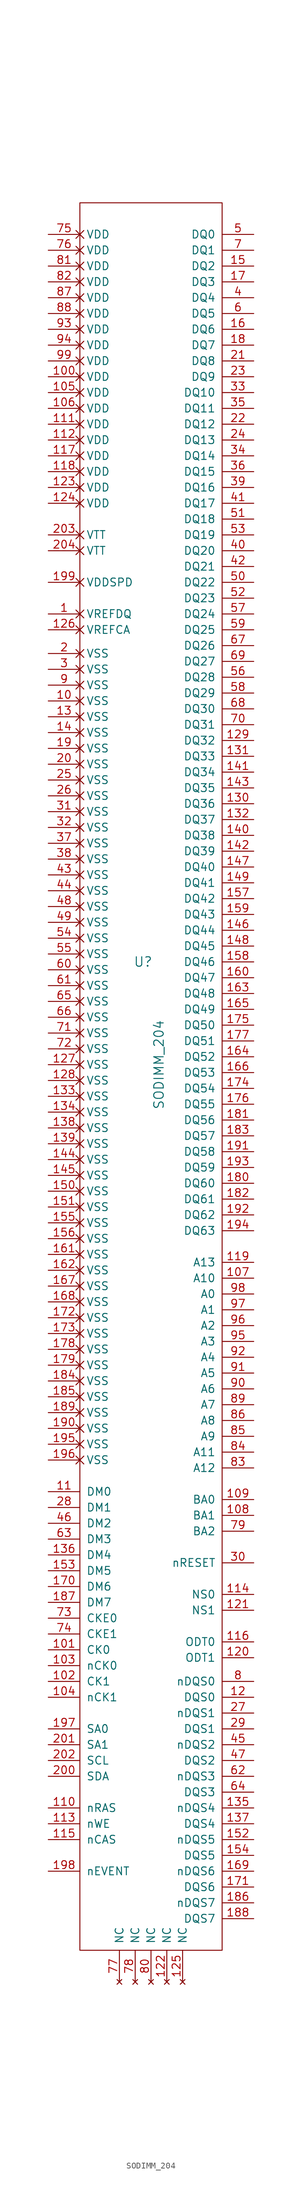
<source format=kicad_sym>
(kicad_symbol_lib
  (version 20220914)
  (generator kicad_symbol_editor)
  (symbol "SODIMM_204"
    (pin_names
      (offset 1.016))
    (property "Reference" "U"
      (at -1.27 8.89 0)
      (effects (font (size 1.524 1.524))))
    (property "Value" "SODIMM_204"
      (at 1.27 -7.62 90)
      (effects (font (size 1.524 1.524))))
    (property "Footprint" ""
      (at 7.62 110.49 0)
      (effects (font (size 1.524 1.524))))
    (property "Datasheet" ""
      (at 7.62 110.49 0)
      (effects (font (size 1.524 1.524))))
    (symbol "SODIMM_204_0_1"
      (rectangle (start -11.43 130.81) (end 11.43 -149.86) (stroke (width 0) (type default)) (fill (type none))))
    (symbol "SODIMM_204_1_1"
      (pin power_in non_logic (at -16.51 64.77 0) (length 5.08) (name "VREFDQ" (effects (font (size 1.27 1.27)))) (number "1" (effects (font (size 1.27 1.27)))))
      (pin power_in non_logic (at -16.51 50.8 0) (length 5.08) (name "VSS" (effects (font (size 1.27 1.27)))) (number "10" (effects (font (size 1.27 1.27)))))
      (pin power_in non_logic (at -16.51 102.87 0) (length 5.08) (name "VDD" (effects (font (size 1.27 1.27)))) (number "100" (effects (font (size 1.27 1.27)))))
      (pin input line (at -16.51 -101.6 0) (length 5.08) (name "CK0" (effects (font (size 1.27 1.27)))) (number "101" (effects (font (size 1.27 1.27)))))
      (pin input line (at -16.51 -106.68 0) (length 5.08) (name "CK1" (effects (font (size 1.27 1.27)))) (number "102" (effects (font (size 1.27 1.27)))))
      (pin input line (at -16.51 -104.14 0) (length 5.08) (name "nCK0" (effects (font (size 1.27 1.27)))) (number "103" (effects (font (size 1.27 1.27)))))
      (pin input line (at -16.51 -109.22 0) (length 5.08) (name "nCK1" (effects (font (size 1.27 1.27)))) (number "104" (effects (font (size 1.27 1.27)))))
      (pin power_in non_logic (at -16.51 100.33 0) (length 5.08) (name "VDD" (effects (font (size 1.27 1.27)))) (number "105" (effects (font (size 1.27 1.27)))))
      (pin power_in non_logic (at -16.51 97.79 0) (length 5.08) (name "VDD" (effects (font (size 1.27 1.27)))) (number "106" (effects (font (size 1.27 1.27)))))
      (pin input line (at 16.51 -41.91 180) (length 5.08) (name "A10" (effects (font (size 1.27 1.27)))) (number "107" (effects (font (size 1.27 1.27)))))
      (pin input line (at 16.51 -80.01 180) (length 5.08) (name "BA1" (effects (font (size 1.27 1.27)))) (number "108" (effects (font (size 1.27 1.27)))))
      (pin input line (at 16.51 -77.47 180) (length 5.08) (name "BA0" (effects (font (size 1.27 1.27)))) (number "109" (effects (font (size 1.27 1.27)))))
      (pin input line (at -16.51 -76.2 0) (length 5.08) (name "DM0" (effects (font (size 1.27 1.27)))) (number "11" (effects (font (size 1.27 1.27)))))
      (pin input line (at -16.51 -127 0) (length 5.08) (name "nRAS" (effects (font (size 1.27 1.27)))) (number "110" (effects (font (size 1.27 1.27)))))
      (pin power_in non_logic (at -16.51 95.25 0) (length 5.08) (name "VDD" (effects (font (size 1.27 1.27)))) (number "111" (effects (font (size 1.27 1.27)))))
      (pin power_in non_logic (at -16.51 92.71 0) (length 5.08) (name "VDD" (effects (font (size 1.27 1.27)))) (number "112" (effects (font (size 1.27 1.27)))))
      (pin input line (at -16.51 -129.54 0) (length 5.08) (name "nWE" (effects (font (size 1.27 1.27)))) (number "113" (effects (font (size 1.27 1.27)))))
      (pin input line (at 16.51 -92.71 180) (length 5.08) (name "NS0" (effects (font (size 1.27 1.27)))) (number "114" (effects (font (size 1.27 1.27)))))
      (pin input line (at -16.51 -132.08 0) (length 5.08) (name "nCAS" (effects (font (size 1.27 1.27)))) (number "115" (effects (font (size 1.27 1.27)))))
      (pin input line (at 16.51 -100.33 180) (length 5.08) (name "ODT0" (effects (font (size 1.27 1.27)))) (number "116" (effects (font (size 1.27 1.27)))))
      (pin power_in non_logic (at -16.51 90.17 0) (length 5.08) (name "VDD" (effects (font (size 1.27 1.27)))) (number "117" (effects (font (size 1.27 1.27)))))
      (pin power_in non_logic (at -16.51 87.63 0) (length 5.08) (name "VDD" (effects (font (size 1.27 1.27)))) (number "118" (effects (font (size 1.27 1.27)))))
      (pin input line (at 16.51 -39.37 180) (length 5.08) (name "A13" (effects (font (size 1.27 1.27)))) (number "119" (effects (font (size 1.27 1.27)))))
      (pin input line (at 16.51 -109.22 180) (length 5.08) (name "DQS0" (effects (font (size 1.27 1.27)))) (number "12" (effects (font (size 1.27 1.27)))))
      (pin input line (at 16.51 -102.87 180) (length 5.08) (name "ODT1" (effects (font (size 1.27 1.27)))) (number "120" (effects (font (size 1.27 1.27)))))
      (pin input line (at 16.51 -95.25 180) (length 5.08) (name "NS1" (effects (font (size 1.27 1.27)))) (number "121" (effects (font (size 1.27 1.27)))))
      (pin no_connect line (at 2.54 -154.94 90) (length 5.08) (name "NC" (effects (font (size 1.27 1.27)))) (number "122" (effects (font (size 1.27 1.27)))))
      (pin power_in non_logic (at -16.51 85.09 0) (length 5.08) (name "VDD" (effects (font (size 1.27 1.27)))) (number "123" (effects (font (size 1.27 1.27)))))
      (pin power_in non_logic (at -16.51 82.55 0) (length 5.08) (name "VDD" (effects (font (size 1.27 1.27)))) (number "124" (effects (font (size 1.27 1.27)))))
      (pin no_connect line (at 5.08 -154.94 90) (length 5.08) (name "NC" (effects (font (size 1.27 1.27)))) (number "125" (effects (font (size 1.27 1.27)))))
      (pin power_in non_logic (at -16.51 62.23 0) (length 5.08) (name "VREFCA" (effects (font (size 1.27 1.27)))) (number "126" (effects (font (size 1.27 1.27)))))
      (pin power_in non_logic (at -16.51 -7.62 0) (length 5.08) (name "VSS" (effects (font (size 1.27 1.27)))) (number "127" (effects (font (size 1.27 1.27)))))
      (pin power_in non_logic (at -16.51 -10.16 0) (length 5.08) (name "VSS" (effects (font (size 1.27 1.27)))) (number "128" (effects (font (size 1.27 1.27)))))
      (pin input line (at 16.51 44.45 180) (length 5.08) (name "DQ32" (effects (font (size 1.27 1.27)))) (number "129" (effects (font (size 1.27 1.27)))))
      (pin power_in non_logic (at -16.51 48.26 0) (length 5.08) (name "VSS" (effects (font (size 1.27 1.27)))) (number "13" (effects (font (size 1.27 1.27)))))
      (pin input line (at 16.51 34.29 180) (length 5.08) (name "DQ36" (effects (font (size 1.27 1.27)))) (number "130" (effects (font (size 1.27 1.27)))))
      (pin input line (at 16.51 41.91 180) (length 5.08) (name "DQ33" (effects (font (size 1.27 1.27)))) (number "131" (effects (font (size 1.27 1.27)))))
      (pin input line (at 16.51 31.75 180) (length 5.08) (name "DQ37" (effects (font (size 1.27 1.27)))) (number "132" (effects (font (size 1.27 1.27)))))
      (pin power_in non_logic (at -16.51 -12.7 0) (length 5.08) (name "VSS" (effects (font (size 1.27 1.27)))) (number "133" (effects (font (size 1.27 1.27)))))
      (pin power_in non_logic (at -16.51 -15.24 0) (length 5.08) (name "VSS" (effects (font (size 1.27 1.27)))) (number "134" (effects (font (size 1.27 1.27)))))
      (pin input line (at 16.51 -127 180) (length 5.08) (name "nDQS4" (effects (font (size 1.27 1.27)))) (number "135" (effects (font (size 1.27 1.27)))))
      (pin input line (at -16.51 -86.36 0) (length 5.08) (name "DM4" (effects (font (size 1.27 1.27)))) (number "136" (effects (font (size 1.27 1.27)))))
      (pin input line (at 16.51 -129.54 180) (length 5.08) (name "DQS4" (effects (font (size 1.27 1.27)))) (number "137" (effects (font (size 1.27 1.27)))))
      (pin power_in non_logic (at -16.51 -17.78 0) (length 5.08) (name "VSS" (effects (font (size 1.27 1.27)))) (number "138" (effects (font (size 1.27 1.27)))))
      (pin power_in non_logic (at -16.51 -20.32 0) (length 5.08) (name "VSS" (effects (font (size 1.27 1.27)))) (number "139" (effects (font (size 1.27 1.27)))))
      (pin power_in non_logic (at -16.51 45.72 0) (length 5.08) (name "VSS" (effects (font (size 1.27 1.27)))) (number "14" (effects (font (size 1.27 1.27)))))
      (pin input line (at 16.51 29.21 180) (length 5.08) (name "DQ38" (effects (font (size 1.27 1.27)))) (number "140" (effects (font (size 1.27 1.27)))))
      (pin input line (at 16.51 39.37 180) (length 5.08) (name "DQ34" (effects (font (size 1.27 1.27)))) (number "141" (effects (font (size 1.27 1.27)))))
      (pin input line (at 16.51 26.67 180) (length 5.08) (name "DQ39" (effects (font (size 1.27 1.27)))) (number "142" (effects (font (size 1.27 1.27)))))
      (pin input line (at 16.51 36.83 180) (length 5.08) (name "DQ35" (effects (font (size 1.27 1.27)))) (number "143" (effects (font (size 1.27 1.27)))))
      (pin power_in non_logic (at -16.51 -22.86 0) (length 5.08) (name "VSS" (effects (font (size 1.27 1.27)))) (number "144" (effects (font (size 1.27 1.27)))))
      (pin power_in non_logic (at -16.51 -25.4 0) (length 5.08) (name "VSS" (effects (font (size 1.27 1.27)))) (number "145" (effects (font (size 1.27 1.27)))))
      (pin input line (at 16.51 13.97 180) (length 5.08) (name "DQ44" (effects (font (size 1.27 1.27)))) (number "146" (effects (font (size 1.27 1.27)))))
      (pin input line (at 16.51 24.13 180) (length 5.08) (name "DQ40" (effects (font (size 1.27 1.27)))) (number "147" (effects (font (size 1.27 1.27)))))
      (pin input line (at 16.51 11.43 180) (length 5.08) (name "DQ45" (effects (font (size 1.27 1.27)))) (number "148" (effects (font (size 1.27 1.27)))))
      (pin input line (at 16.51 21.59 180) (length 5.08) (name "DQ41" (effects (font (size 1.27 1.27)))) (number "149" (effects (font (size 1.27 1.27)))))
      (pin input line (at 16.51 120.65 180) (length 5.08) (name "DQ2" (effects (font (size 1.27 1.27)))) (number "15" (effects (font (size 1.27 1.27)))))
      (pin power_in non_logic (at -16.51 -27.94 0) (length 5.08) (name "VSS" (effects (font (size 1.27 1.27)))) (number "150" (effects (font (size 1.27 1.27)))))
      (pin power_in non_logic (at -16.51 -30.48 0) (length 5.08) (name "VSS" (effects (font (size 1.27 1.27)))) (number "151" (effects (font (size 1.27 1.27)))))
      (pin input line (at 16.51 -132.08 180) (length 5.08) (name "nDQS5" (effects (font (size 1.27 1.27)))) (number "152" (effects (font (size 1.27 1.27)))))
      (pin input line (at -16.51 -88.9 0) (length 5.08) (name "DM5" (effects (font (size 1.27 1.27)))) (number "153" (effects (font (size 1.27 1.27)))))
      (pin input line (at 16.51 -134.62 180) (length 5.08) (name "DQS5" (effects (font (size 1.27 1.27)))) (number "154" (effects (font (size 1.27 1.27)))))
      (pin power_in non_logic (at -16.51 -33.02 0) (length 5.08) (name "VSS" (effects (font (size 1.27 1.27)))) (number "155" (effects (font (size 1.27 1.27)))))
      (pin power_in non_logic (at -16.51 -35.56 0) (length 5.08) (name "VSS" (effects (font (size 1.27 1.27)))) (number "156" (effects (font (size 1.27 1.27)))))
      (pin input line (at 16.51 19.05 180) (length 5.08) (name "DQ42" (effects (font (size 1.27 1.27)))) (number "157" (effects (font (size 1.27 1.27)))))
      (pin input line (at 16.51 8.89 180) (length 5.08) (name "DQ46" (effects (font (size 1.27 1.27)))) (number "158" (effects (font (size 1.27 1.27)))))
      (pin input line (at 16.51 16.51 180) (length 5.08) (name "DQ43" (effects (font (size 1.27 1.27)))) (number "159" (effects (font (size 1.27 1.27)))))
      (pin input line (at 16.51 110.49 180) (length 5.08) (name "DQ6" (effects (font (size 1.27 1.27)))) (number "16" (effects (font (size 1.27 1.27)))))
      (pin input line (at 16.51 6.35 180) (length 5.08) (name "DQ47" (effects (font (size 1.27 1.27)))) (number "160" (effects (font (size 1.27 1.27)))))
      (pin power_in non_logic (at -16.51 -38.1 0) (length 5.08) (name "VSS" (effects (font (size 1.27 1.27)))) (number "161" (effects (font (size 1.27 1.27)))))
      (pin power_in non_logic (at -16.51 -40.64 0) (length 5.08) (name "VSS" (effects (font (size 1.27 1.27)))) (number "162" (effects (font (size 1.27 1.27)))))
      (pin input line (at 16.51 3.81 180) (length 5.08) (name "DQ48" (effects (font (size 1.27 1.27)))) (number "163" (effects (font (size 1.27 1.27)))))
      (pin input line (at 16.51 -6.35 180) (length 5.08) (name "DQ52" (effects (font (size 1.27 1.27)))) (number "164" (effects (font (size 1.27 1.27)))))
      (pin input line (at 16.51 1.27 180) (length 5.08) (name "DQ49" (effects (font (size 1.27 1.27)))) (number "165" (effects (font (size 1.27 1.27)))))
      (pin input line (at 16.51 -8.89 180) (length 5.08) (name "DQ53" (effects (font (size 1.27 1.27)))) (number "166" (effects (font (size 1.27 1.27)))))
      (pin power_in non_logic (at -16.51 -43.18 0) (length 5.08) (name "VSS" (effects (font (size 1.27 1.27)))) (number "167" (effects (font (size 1.27 1.27)))))
      (pin power_in non_logic (at -16.51 -45.72 0) (length 5.08) (name "VSS" (effects (font (size 1.27 1.27)))) (number "168" (effects (font (size 1.27 1.27)))))
      (pin input line (at 16.51 -137.16 180) (length 5.08) (name "nDQS6" (effects (font (size 1.27 1.27)))) (number "169" (effects (font (size 1.27 1.27)))))
      (pin input line (at 16.51 118.11 180) (length 5.08) (name "DQ3" (effects (font (size 1.27 1.27)))) (number "17" (effects (font (size 1.27 1.27)))))
      (pin input line (at -16.51 -91.44 0) (length 5.08) (name "DM6" (effects (font (size 1.27 1.27)))) (number "170" (effects (font (size 1.27 1.27)))))
      (pin input line (at 16.51 -139.7 180) (length 5.08) (name "DQS6" (effects (font (size 1.27 1.27)))) (number "171" (effects (font (size 1.27 1.27)))))
      (pin power_in non_logic (at -16.51 -48.26 0) (length 5.08) (name "VSS" (effects (font (size 1.27 1.27)))) (number "172" (effects (font (size 1.27 1.27)))))
      (pin power_in non_logic (at -16.51 -50.8 0) (length 5.08) (name "VSS" (effects (font (size 1.27 1.27)))) (number "173" (effects (font (size 1.27 1.27)))))
      (pin input line (at 16.51 -11.43 180) (length 5.08) (name "DQ54" (effects (font (size 1.27 1.27)))) (number "174" (effects (font (size 1.27 1.27)))))
      (pin input line (at 16.51 -1.27 180) (length 5.08) (name "DQ50" (effects (font (size 1.27 1.27)))) (number "175" (effects (font (size 1.27 1.27)))))
      (pin input line (at 16.51 -13.97 180) (length 5.08) (name "DQ55" (effects (font (size 1.27 1.27)))) (number "176" (effects (font (size 1.27 1.27)))))
      (pin input line (at 16.51 -3.81 180) (length 5.08) (name "DQ51" (effects (font (size 1.27 1.27)))) (number "177" (effects (font (size 1.27 1.27)))))
      (pin power_in non_logic (at -16.51 -53.34 0) (length 5.08) (name "VSS" (effects (font (size 1.27 1.27)))) (number "178" (effects (font (size 1.27 1.27)))))
      (pin power_in non_logic (at -16.51 -55.88 0) (length 5.08) (name "VSS" (effects (font (size 1.27 1.27)))) (number "179" (effects (font (size 1.27 1.27)))))
      (pin input line (at 16.51 107.95 180) (length 5.08) (name "DQ7" (effects (font (size 1.27 1.27)))) (number "18" (effects (font (size 1.27 1.27)))))
      (pin input line (at 16.51 -26.67 180) (length 5.08) (name "DQ60" (effects (font (size 1.27 1.27)))) (number "180" (effects (font (size 1.27 1.27)))))
      (pin input line (at 16.51 -16.51 180) (length 5.08) (name "DQ56" (effects (font (size 1.27 1.27)))) (number "181" (effects (font (size 1.27 1.27)))))
      (pin input line (at 16.51 -29.21 180) (length 5.08) (name "DQ61" (effects (font (size 1.27 1.27)))) (number "182" (effects (font (size 1.27 1.27)))))
      (pin input line (at 16.51 -19.05 180) (length 5.08) (name "DQ57" (effects (font (size 1.27 1.27)))) (number "183" (effects (font (size 1.27 1.27)))))
      (pin power_in non_logic (at -16.51 -58.42 0) (length 5.08) (name "VSS" (effects (font (size 1.27 1.27)))) (number "184" (effects (font (size 1.27 1.27)))))
      (pin power_in non_logic (at -16.51 -60.96 0) (length 5.08) (name "VSS" (effects (font (size 1.27 1.27)))) (number "185" (effects (font (size 1.27 1.27)))))
      (pin input line (at 16.51 -142.24 180) (length 5.08) (name "nDQS7" (effects (font (size 1.27 1.27)))) (number "186" (effects (font (size 1.27 1.27)))))
      (pin input line (at -16.51 -93.98 0) (length 5.08) (name "DM7" (effects (font (size 1.27 1.27)))) (number "187" (effects (font (size 1.27 1.27)))))
      (pin input line (at 16.51 -144.78 180) (length 5.08) (name "DQS7" (effects (font (size 1.27 1.27)))) (number "188" (effects (font (size 1.27 1.27)))))
      (pin power_in non_logic (at -16.51 -63.5 0) (length 5.08) (name "VSS" (effects (font (size 1.27 1.27)))) (number "189" (effects (font (size 1.27 1.27)))))
      (pin power_in non_logic (at -16.51 43.18 0) (length 5.08) (name "VSS" (effects (font (size 1.27 1.27)))) (number "19" (effects (font (size 1.27 1.27)))))
      (pin power_in non_logic (at -16.51 -66.04 0) (length 5.08) (name "VSS" (effects (font (size 1.27 1.27)))) (number "190" (effects (font (size 1.27 1.27)))))
      (pin input line (at 16.51 -21.59 180) (length 5.08) (name "DQ58" (effects (font (size 1.27 1.27)))) (number "191" (effects (font (size 1.27 1.27)))))
      (pin input line (at 16.51 -31.75 180) (length 5.08) (name "DQ62" (effects (font (size 1.27 1.27)))) (number "192" (effects (font (size 1.27 1.27)))))
      (pin input line (at 16.51 -24.13 180) (length 5.08) (name "DQ59" (effects (font (size 1.27 1.27)))) (number "193" (effects (font (size 1.27 1.27)))))
      (pin input line (at 16.51 -34.29 180) (length 5.08) (name "DQ63" (effects (font (size 1.27 1.27)))) (number "194" (effects (font (size 1.27 1.27)))))
      (pin power_in non_logic (at -16.51 -68.58 0) (length 5.08) (name "VSS" (effects (font (size 1.27 1.27)))) (number "195" (effects (font (size 1.27 1.27)))))
      (pin power_in non_logic (at -16.51 -71.12 0) (length 5.08) (name "VSS" (effects (font (size 1.27 1.27)))) (number "196" (effects (font (size 1.27 1.27)))))
      (pin input line (at -16.51 -114.3 0) (length 5.08) (name "SA0" (effects (font (size 1.27 1.27)))) (number "197" (effects (font (size 1.27 1.27)))))
      (pin input line (at -16.51 -137.16 0) (length 5.08) (name "nEVENT" (effects (font (size 1.27 1.27)))) (number "198" (effects (font (size 1.27 1.27)))))
      (pin power_in non_logic (at -16.51 69.85 0) (length 5.08) (name "VDDSPD" (effects (font (size 1.27 1.27)))) (number "199" (effects (font (size 1.27 1.27)))))
      (pin power_in non_logic (at -16.51 58.42 0) (length 5.08) (name "VSS" (effects (font (size 1.27 1.27)))) (number "2" (effects (font (size 1.27 1.27)))))
      (pin power_in non_logic (at -16.51 40.64 0) (length 5.08) (name "VSS" (effects (font (size 1.27 1.27)))) (number "20" (effects (font (size 1.27 1.27)))))
      (pin input line (at -16.51 -121.92 0) (length 5.08) (name "SDA" (effects (font (size 1.27 1.27)))) (number "200" (effects (font (size 1.27 1.27)))))
      (pin input line (at -16.51 -116.84 0) (length 5.08) (name "SA1" (effects (font (size 1.27 1.27)))) (number "201" (effects (font (size 1.27 1.27)))))
      (pin input line (at -16.51 -119.38 0) (length 5.08) (name "SCL" (effects (font (size 1.27 1.27)))) (number "202" (effects (font (size 1.27 1.27)))))
      (pin power_in non_logic (at -16.51 77.47 0) (length 5.08) (name "VTT" (effects (font (size 1.27 1.27)))) (number "203" (effects (font (size 1.27 1.27)))))
      (pin power_in non_logic (at -16.51 74.93 0) (length 5.08) (name "VTT" (effects (font (size 1.27 1.27)))) (number "204" (effects (font (size 1.27 1.27)))))
      (pin input line (at 16.51 105.41 180) (length 5.08) (name "DQ8" (effects (font (size 1.27 1.27)))) (number "21" (effects (font (size 1.27 1.27)))))
      (pin input line (at 16.51 95.25 180) (length 5.08) (name "DQ12" (effects (font (size 1.27 1.27)))) (number "22" (effects (font (size 1.27 1.27)))))
      (pin input line (at 16.51 102.87 180) (length 5.08) (name "DQ9" (effects (font (size 1.27 1.27)))) (number "23" (effects (font (size 1.27 1.27)))))
      (pin input line (at 16.51 92.71 180) (length 5.08) (name "DQ13" (effects (font (size 1.27 1.27)))) (number "24" (effects (font (size 1.27 1.27)))))
      (pin power_in non_logic (at -16.51 38.1 0) (length 5.08) (name "VSS" (effects (font (size 1.27 1.27)))) (number "25" (effects (font (size 1.27 1.27)))))
      (pin power_in non_logic (at -16.51 35.56 0) (length 5.08) (name "VSS" (effects (font (size 1.27 1.27)))) (number "26" (effects (font (size 1.27 1.27)))))
      (pin input line (at 16.51 -111.76 180) (length 5.08) (name "nDQS1" (effects (font (size 1.27 1.27)))) (number "27" (effects (font (size 1.27 1.27)))))
      (pin input line (at -16.51 -78.74 0) (length 5.08) (name "DM1" (effects (font (size 1.27 1.27)))) (number "28" (effects (font (size 1.27 1.27)))))
      (pin input line (at 16.51 -114.3 180) (length 5.08) (name "DQS1" (effects (font (size 1.27 1.27)))) (number "29" (effects (font (size 1.27 1.27)))))
      (pin power_in non_logic (at -16.51 55.88 0) (length 5.08) (name "VSS" (effects (font (size 1.27 1.27)))) (number "3" (effects (font (size 1.27 1.27)))))
      (pin input line (at 16.51 -87.63 180) (length 5.08) (name "nRESET" (effects (font (size 1.27 1.27)))) (number "30" (effects (font (size 1.27 1.27)))))
      (pin power_in non_logic (at -16.51 33.02 0) (length 5.08) (name "VSS" (effects (font (size 1.27 1.27)))) (number "31" (effects (font (size 1.27 1.27)))))
      (pin power_in non_logic (at -16.51 30.48 0) (length 5.08) (name "VSS" (effects (font (size 1.27 1.27)))) (number "32" (effects (font (size 1.27 1.27)))))
      (pin input line (at 16.51 100.33 180) (length 5.08) (name "DQ10" (effects (font (size 1.27 1.27)))) (number "33" (effects (font (size 1.27 1.27)))))
      (pin input line (at 16.51 90.17 180) (length 5.08) (name "DQ14" (effects (font (size 1.27 1.27)))) (number "34" (effects (font (size 1.27 1.27)))))
      (pin input line (at 16.51 97.79 180) (length 5.08) (name "DQ11" (effects (font (size 1.27 1.27)))) (number "35" (effects (font (size 1.27 1.27)))))
      (pin input line (at 16.51 87.63 180) (length 5.08) (name "DQ15" (effects (font (size 1.27 1.27)))) (number "36" (effects (font (size 1.27 1.27)))))
      (pin power_in non_logic (at -16.51 27.94 0) (length 5.08) (name "VSS" (effects (font (size 1.27 1.27)))) (number "37" (effects (font (size 1.27 1.27)))))
      (pin power_in non_logic (at -16.51 25.4 0) (length 5.08) (name "VSS" (effects (font (size 1.27 1.27)))) (number "38" (effects (font (size 1.27 1.27)))))
      (pin input line (at 16.51 85.09 180) (length 5.08) (name "DQ16" (effects (font (size 1.27 1.27)))) (number "39" (effects (font (size 1.27 1.27)))))
      (pin input line (at 16.51 115.57 180) (length 5.08) (name "DQ4" (effects (font (size 1.27 1.27)))) (number "4" (effects (font (size 1.27 1.27)))))
      (pin input line (at 16.51 74.93 180) (length 5.08) (name "DQ20" (effects (font (size 1.27 1.27)))) (number "40" (effects (font (size 1.27 1.27)))))
      (pin input line (at 16.51 82.55 180) (length 5.08) (name "DQ17" (effects (font (size 1.27 1.27)))) (number "41" (effects (font (size 1.27 1.27)))))
      (pin input line (at 16.51 72.39 180) (length 5.08) (name "DQ21" (effects (font (size 1.27 1.27)))) (number "42" (effects (font (size 1.27 1.27)))))
      (pin power_in non_logic (at -16.51 22.86 0) (length 5.08) (name "VSS" (effects (font (size 1.27 1.27)))) (number "43" (effects (font (size 1.27 1.27)))))
      (pin power_in non_logic (at -16.51 20.32 0) (length 5.08) (name "VSS" (effects (font (size 1.27 1.27)))) (number "44" (effects (font (size 1.27 1.27)))))
      (pin input line (at 16.51 -116.84 180) (length 5.08) (name "nDQS2" (effects (font (size 1.27 1.27)))) (number "45" (effects (font (size 1.27 1.27)))))
      (pin input line (at -16.51 -81.28 0) (length 5.08) (name "DM2" (effects (font (size 1.27 1.27)))) (number "46" (effects (font (size 1.27 1.27)))))
      (pin input line (at 16.51 -119.38 180) (length 5.08) (name "DQS2" (effects (font (size 1.27 1.27)))) (number "47" (effects (font (size 1.27 1.27)))))
      (pin power_in non_logic (at -16.51 17.78 0) (length 5.08) (name "VSS" (effects (font (size 1.27 1.27)))) (number "48" (effects (font (size 1.27 1.27)))))
      (pin power_in non_logic (at -16.51 15.24 0) (length 5.08) (name "VSS" (effects (font (size 1.27 1.27)))) (number "49" (effects (font (size 1.27 1.27)))))
      (pin input line (at 16.51 125.73 180) (length 5.08) (name "DQ0" (effects (font (size 1.27 1.27)))) (number "5" (effects (font (size 1.27 1.27)))))
      (pin input line (at 16.51 69.85 180) (length 5.08) (name "DQ22" (effects (font (size 1.27 1.27)))) (number "50" (effects (font (size 1.27 1.27)))))
      (pin input line (at 16.51 80.01 180) (length 5.08) (name "DQ18" (effects (font (size 1.27 1.27)))) (number "51" (effects (font (size 1.27 1.27)))))
      (pin input line (at 16.51 67.31 180) (length 5.08) (name "DQ23" (effects (font (size 1.27 1.27)))) (number "52" (effects (font (size 1.27 1.27)))))
      (pin input line (at 16.51 77.47 180) (length 5.08) (name "DQ19" (effects (font (size 1.27 1.27)))) (number "53" (effects (font (size 1.27 1.27)))))
      (pin power_in non_logic (at -16.51 12.7 0) (length 5.08) (name "VSS" (effects (font (size 1.27 1.27)))) (number "54" (effects (font (size 1.27 1.27)))))
      (pin power_in non_logic (at -16.51 10.16 0) (length 5.08) (name "VSS" (effects (font (size 1.27 1.27)))) (number "55" (effects (font (size 1.27 1.27)))))
      (pin input line (at 16.51 54.61 180) (length 5.08) (name "DQ28" (effects (font (size 1.27 1.27)))) (number "56" (effects (font (size 1.27 1.27)))))
      (pin input line (at 16.51 64.77 180) (length 5.08) (name "DQ24" (effects (font (size 1.27 1.27)))) (number "57" (effects (font (size 1.27 1.27)))))
      (pin input line (at 16.51 52.07 180) (length 5.08) (name "DQ29" (effects (font (size 1.27 1.27)))) (number "58" (effects (font (size 1.27 1.27)))))
      (pin input line (at 16.51 62.23 180) (length 5.08) (name "DQ25" (effects (font (size 1.27 1.27)))) (number "59" (effects (font (size 1.27 1.27)))))
      (pin input line (at 16.51 113.03 180) (length 5.08) (name "DQ5" (effects (font (size 1.27 1.27)))) (number "6" (effects (font (size 1.27 1.27)))))
      (pin power_in non_logic (at -16.51 7.62 0) (length 5.08) (name "VSS" (effects (font (size 1.27 1.27)))) (number "60" (effects (font (size 1.27 1.27)))))
      (pin power_in non_logic (at -16.51 5.08 0) (length 5.08) (name "VSS" (effects (font (size 1.27 1.27)))) (number "61" (effects (font (size 1.27 1.27)))))
      (pin input line (at 16.51 -121.92 180) (length 5.08) (name "nDQS3" (effects (font (size 1.27 1.27)))) (number "62" (effects (font (size 1.27 1.27)))))
      (pin input line (at -16.51 -83.82 0) (length 5.08) (name "DM3" (effects (font (size 1.27 1.27)))) (number "63" (effects (font (size 1.27 1.27)))))
      (pin input line (at 16.51 -124.46 180) (length 5.08) (name "DQS3" (effects (font (size 1.27 1.27)))) (number "64" (effects (font (size 1.27 1.27)))))
      (pin power_in non_logic (at -16.51 2.54 0) (length 5.08) (name "VSS" (effects (font (size 1.27 1.27)))) (number "65" (effects (font (size 1.27 1.27)))))
      (pin power_in non_logic (at -16.51 0 0) (length 5.08) (name "VSS" (effects (font (size 1.27 1.27)))) (number "66" (effects (font (size 1.27 1.27)))))
      (pin input line (at 16.51 59.69 180) (length 5.08) (name "DQ26" (effects (font (size 1.27 1.27)))) (number "67" (effects (font (size 1.27 1.27)))))
      (pin input line (at 16.51 49.53 180) (length 5.08) (name "DQ30" (effects (font (size 1.27 1.27)))) (number "68" (effects (font (size 1.27 1.27)))))
      (pin input line (at 16.51 57.15 180) (length 5.08) (name "DQ27" (effects (font (size 1.27 1.27)))) (number "69" (effects (font (size 1.27 1.27)))))
      (pin input line (at 16.51 123.19 180) (length 5.08) (name "DQ1" (effects (font (size 1.27 1.27)))) (number "7" (effects (font (size 1.27 1.27)))))
      (pin input line (at 16.51 46.99 180) (length 5.08) (name "DQ31" (effects (font (size 1.27 1.27)))) (number "70" (effects (font (size 1.27 1.27)))))
      (pin power_in non_logic (at -16.51 -2.54 0) (length 5.08) (name "VSS" (effects (font (size 1.27 1.27)))) (number "71" (effects (font (size 1.27 1.27)))))
      (pin power_in non_logic (at -16.51 -5.08 0) (length 5.08) (name "VSS" (effects (font (size 1.27 1.27)))) (number "72" (effects (font (size 1.27 1.27)))))
      (pin input line (at -16.51 -96.52 0) (length 5.08) (name "CKE0" (effects (font (size 1.27 1.27)))) (number "73" (effects (font (size 1.27 1.27)))))
      (pin input line (at -16.51 -99.06 0) (length 5.08) (name "CKE1" (effects (font (size 1.27 1.27)))) (number "74" (effects (font (size 1.27 1.27)))))
      (pin power_in non_logic (at -16.51 125.73 0) (length 5.08) (name "VDD" (effects (font (size 1.27 1.27)))) (number "75" (effects (font (size 1.27 1.27)))))
      (pin power_in non_logic (at -16.51 123.19 0) (length 5.08) (name "VDD" (effects (font (size 1.27 1.27)))) (number "76" (effects (font (size 1.27 1.27)))))
      (pin no_connect line (at -5.08 -154.94 90) (length 5.08) (name "NC" (effects (font (size 1.27 1.27)))) (number "77" (effects (font (size 1.27 1.27)))))
      (pin no_connect line (at -2.54 -154.94 90) (length 5.08) (name "NC" (effects (font (size 1.27 1.27)))) (number "78" (effects (font (size 1.27 1.27)))))
      (pin input line (at 16.51 -82.55 180) (length 5.08) (name "BA2" (effects (font (size 1.27 1.27)))) (number "79" (effects (font (size 1.27 1.27)))))
      (pin input line (at 16.51 -106.68 180) (length 5.08) (name "nDQS0" (effects (font (size 1.27 1.27)))) (number "8" (effects (font (size 1.27 1.27)))))
      (pin no_connect line (at 0 -154.94 90) (length 5.08) (name "NC" (effects (font (size 1.27 1.27)))) (number "80" (effects (font (size 1.27 1.27)))))
      (pin power_in non_logic (at -16.51 120.65 0) (length 5.08) (name "VDD" (effects (font (size 1.27 1.27)))) (number "81" (effects (font (size 1.27 1.27)))))
      (pin power_in non_logic (at -16.51 118.11 0) (length 5.08) (name "VDD" (effects (font (size 1.27 1.27)))) (number "82" (effects (font (size 1.27 1.27)))))
      (pin input line (at 16.51 -72.39 180) (length 5.08) (name "A12" (effects (font (size 1.27 1.27)))) (number "83" (effects (font (size 1.27 1.27)))))
      (pin input line (at 16.51 -69.85 180) (length 5.08) (name "A11" (effects (font (size 1.27 1.27)))) (number "84" (effects (font (size 1.27 1.27)))))
      (pin input line (at 16.51 -67.31 180) (length 5.08) (name "A9" (effects (font (size 1.27 1.27)))) (number "85" (effects (font (size 1.27 1.27)))))
      (pin input line (at 16.51 -64.77 180) (length 5.08) (name "A8" (effects (font (size 1.27 1.27)))) (number "86" (effects (font (size 1.27 1.27)))))
      (pin power_in non_logic (at -16.51 115.57 0) (length 5.08) (name "VDD" (effects (font (size 1.27 1.27)))) (number "87" (effects (font (size 1.27 1.27)))))
      (pin power_in non_logic (at -16.51 113.03 0) (length 5.08) (name "VDD" (effects (font (size 1.27 1.27)))) (number "88" (effects (font (size 1.27 1.27)))))
      (pin input line (at 16.51 -62.23 180) (length 5.08) (name "A7" (effects (font (size 1.27 1.27)))) (number "89" (effects (font (size 1.27 1.27)))))
      (pin power_in non_logic (at -16.51 53.34 0) (length 5.08) (name "VSS" (effects (font (size 1.27 1.27)))) (number "9" (effects (font (size 1.27 1.27)))))
      (pin input line (at 16.51 -59.69 180) (length 5.08) (name "A6" (effects (font (size 1.27 1.27)))) (number "90" (effects (font (size 1.27 1.27)))))
      (pin input line (at 16.51 -57.15 180) (length 5.08) (name "A5" (effects (font (size 1.27 1.27)))) (number "91" (effects (font (size 1.27 1.27)))))
      (pin input line (at 16.51 -54.61 180) (length 5.08) (name "A4" (effects (font (size 1.27 1.27)))) (number "92" (effects (font (size 1.27 1.27)))))
      (pin power_in non_logic (at -16.51 110.49 0) (length 5.08) (name "VDD" (effects (font (size 1.27 1.27)))) (number "93" (effects (font (size 1.27 1.27)))))
      (pin power_in non_logic (at -16.51 107.95 0) (length 5.08) (name "VDD" (effects (font (size 1.27 1.27)))) (number "94" (effects (font (size 1.27 1.27)))))
      (pin input line (at 16.51 -52.07 180) (length 5.08) (name "A3" (effects (font (size 1.27 1.27)))) (number "95" (effects (font (size 1.27 1.27)))))
      (pin input line (at 16.51 -49.53 180) (length 5.08) (name "A2" (effects (font (size 1.27 1.27)))) (number "96" (effects (font (size 1.27 1.27)))))
      (pin input line (at 16.51 -46.99 180) (length 5.08) (name "A1" (effects (font (size 1.27 1.27)))) (number "97" (effects (font (size 1.27 1.27)))))
      (pin input line (at 16.51 -44.45 180) (length 5.08) (name "A0" (effects (font (size 1.27 1.27)))) (number "98" (effects (font (size 1.27 1.27)))))
      (pin power_in non_logic (at -16.51 105.41 0) (length 5.08) (name "VDD" (effects (font (size 1.27 1.27)))) (number "99" (effects (font (size 1.27 1.27))))))))
</source>
